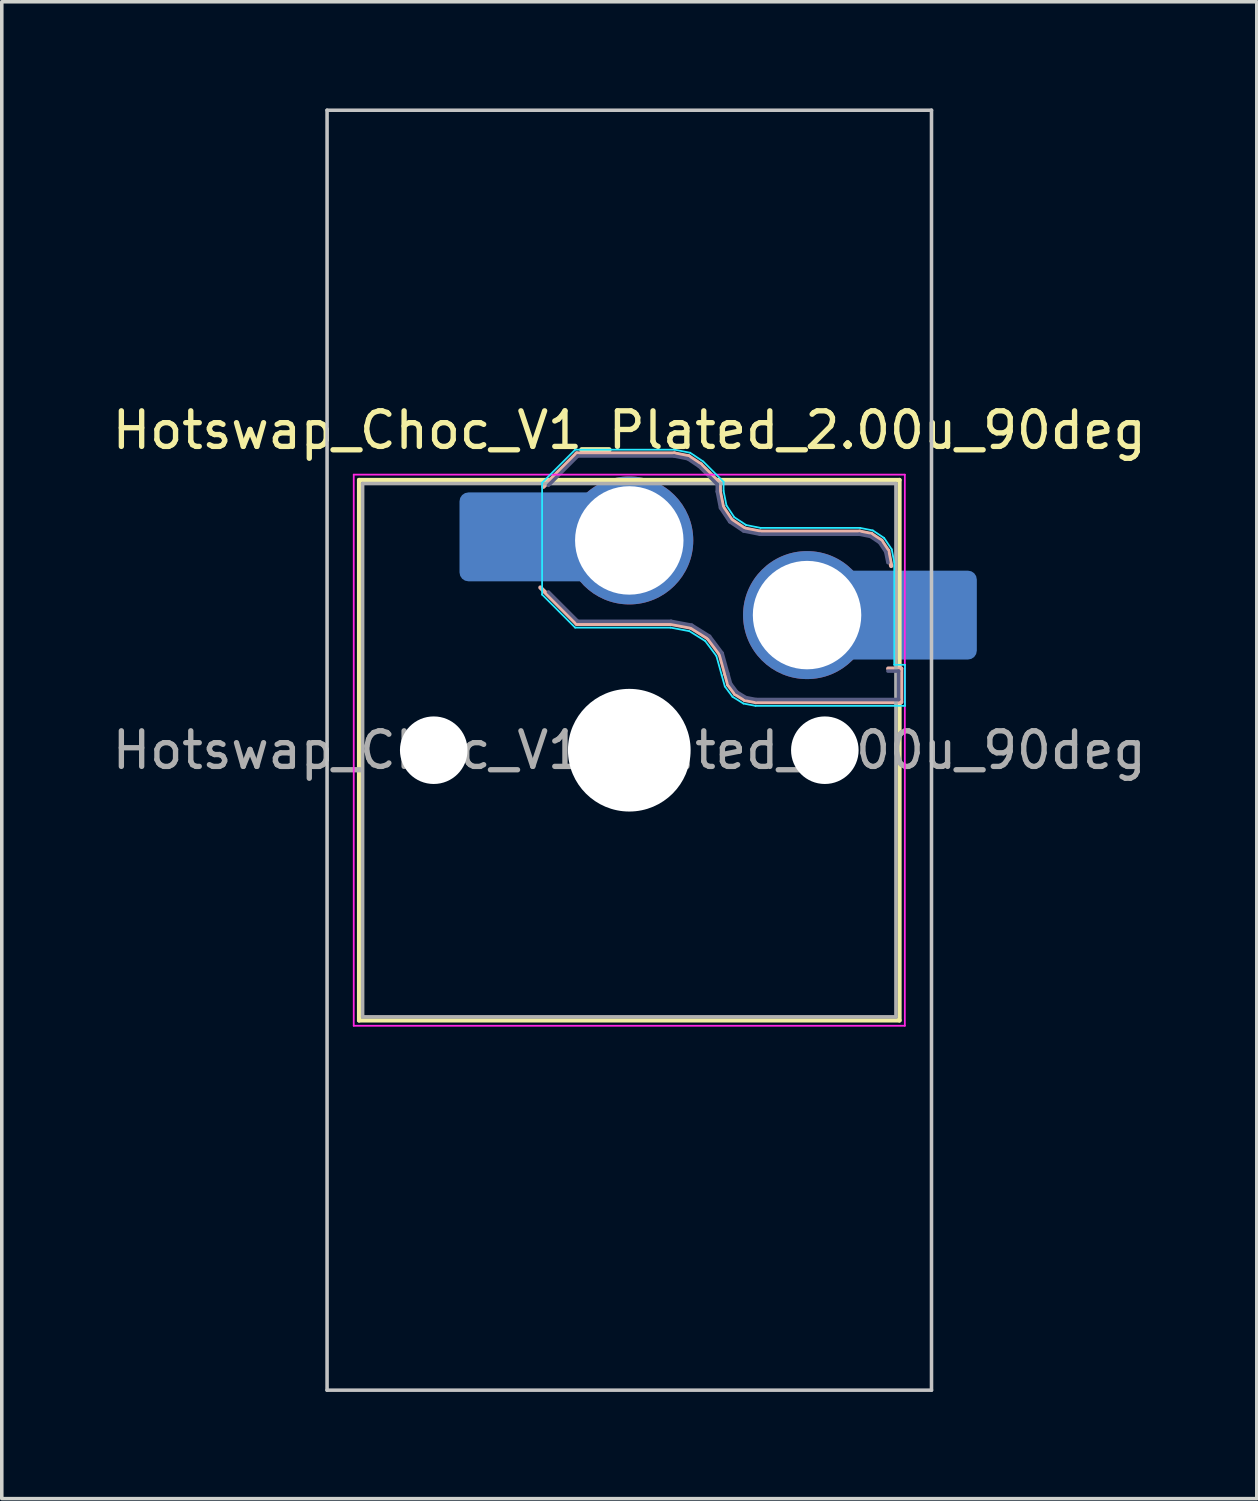
<source format=kicad_pcb>
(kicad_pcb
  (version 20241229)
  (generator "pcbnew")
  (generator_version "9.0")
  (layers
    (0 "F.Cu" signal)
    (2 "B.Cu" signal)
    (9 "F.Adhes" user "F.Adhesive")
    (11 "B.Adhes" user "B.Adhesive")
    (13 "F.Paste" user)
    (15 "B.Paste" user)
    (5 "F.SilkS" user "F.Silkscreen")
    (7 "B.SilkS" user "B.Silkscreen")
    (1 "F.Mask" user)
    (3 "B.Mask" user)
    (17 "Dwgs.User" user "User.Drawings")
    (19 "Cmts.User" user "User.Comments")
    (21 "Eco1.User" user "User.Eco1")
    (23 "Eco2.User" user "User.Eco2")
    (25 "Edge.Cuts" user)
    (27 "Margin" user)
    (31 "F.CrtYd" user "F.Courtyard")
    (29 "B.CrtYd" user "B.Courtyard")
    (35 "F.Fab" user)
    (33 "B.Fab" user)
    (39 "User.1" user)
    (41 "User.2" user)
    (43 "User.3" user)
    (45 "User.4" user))
  (footprint "Hotswap_Choc_V1_Plated_2.00u_90deg"
    (layer "F.Cu")
    (at 14.649 18.05)
    (property "Reference" "Hotswap_Choc_V1_Plated_2.00u_90deg" (at 0 -9 0) (layer "F.SilkS") (effects (font (size 1 1) (thickness 0.15))))
    (attr smd)
    (fp_line (start -7.6 -7.6) (end -7.6 7.6) (stroke (width 0.12) (type solid)) (layer "F.SilkS"))
    (fp_line (start -7.6 7.6) (end 7.6 7.6) (stroke (width 0.12) (type solid)) (layer "F.SilkS"))
    (fp_line (start 7.6 -7.6) (end -7.6 -7.6) (stroke (width 0.12) (type solid)) (layer "F.SilkS"))
    (fp_line (start 7.6 7.6) (end 7.6 -7.6) (stroke (width 0.12) (type solid)) (layer "F.SilkS"))
    (fp_line (start -2.416 -7.409) (end -1.479 -8.346) (stroke (width 0.12) (type solid)) (layer "B.SilkS"))
    (fp_line (start -1.479 -8.346) (end 1.268 -8.346) (stroke (width 0.12) (type solid)) (layer "B.SilkS"))
    (fp_line (start -1.479 -3.554) (end -2.5 -4.575) (stroke (width 0.12) (type solid)) (layer "B.SilkS"))
    (fp_line (start 1.168 -3.554) (end -1.479 -3.554) (stroke (width 0.12) (type solid)) (layer "B.SilkS"))
    (fp_line (start 1.268 -8.346) (end 1.671 -8.266) (stroke (width 0.12) (type solid)) (layer "B.SilkS"))
    (fp_line (start 1.671 -8.266) (end 2.013 -8.037) (stroke (width 0.12) (type solid)) (layer "B.SilkS"))
    (fp_line (start 1.73 -3.449) (end 1.168 -3.554) (stroke (width 0.12) (type solid)) (layer "B.SilkS"))
    (fp_line (start 2.013 -8.037) (end 2.546 -7.504) (stroke (width 0.12) (type solid)) (layer "B.SilkS"))
    (fp_line (start 2.209 -3.15) (end 1.73 -3.449) (stroke (width 0.12) (type solid)) (layer "B.SilkS"))
    (fp_line (start 2.546 -7.504) (end 2.546 -7.282) (stroke (width 0.12) (type solid)) (layer "B.SilkS"))
    (fp_line (start 2.546 -7.282) (end 2.633 -6.844) (stroke (width 0.12) (type solid)) (layer "B.SilkS"))
    (fp_line (start 2.547 -2.697) (end 2.209 -3.15) (stroke (width 0.12) (type solid)) (layer "B.SilkS"))
    (fp_line (start 2.633 -6.844) (end 2.877 -6.477) (stroke (width 0.12) (type solid)) (layer "B.SilkS"))
    (fp_line (start 2.701 -2.139) (end 2.547 -2.697) (stroke (width 0.12) (type solid)) (layer "B.SilkS"))
    (fp_line (start 2.783 -1.841) (end 2.701 -2.139) (stroke (width 0.12) (type solid)) (layer "B.SilkS"))
    (fp_line (start 2.877 -6.477) (end 3.244 -6.233) (stroke (width 0.12) (type solid)) (layer "B.SilkS"))
    (fp_line (start 2.976 -1.583) (end 2.783 -1.841) (stroke (width 0.12) (type solid)) (layer "B.SilkS"))
    (fp_line (start 3.244 -6.233) (end 3.682 -6.146) (stroke (width 0.12) (type solid)) (layer "B.SilkS"))
    (fp_line (start 3.25 -1.413) (end 2.976 -1.583) (stroke (width 0.12) (type solid)) (layer "B.SilkS"))
    (fp_line (start 3.56 -1.354) (end 3.25 -1.413) (stroke (width 0.12) (type solid)) (layer "B.SilkS"))
    (fp_line (start 3.682 -6.146) (end 6.482 -6.146) (stroke (width 0.12) (type solid)) (layer "B.SilkS"))
    (fp_line (start 6.482 -6.146) (end 6.809 -6.081) (stroke (width 0.12) (type solid)) (layer "B.SilkS"))
    (fp_line (start 6.809 -6.081) (end 7.092 -5.892) (stroke (width 0.12) (type solid)) (layer "B.SilkS"))
    (fp_line (start 7.092 -5.892) (end 7.281 -5.609) (stroke (width 0.12) (type solid)) (layer "B.SilkS"))
    (fp_line (start 7.281 -5.609) (end 7.366 -5.182) (stroke (width 0.12) (type solid)) (layer "B.SilkS"))
    (fp_line (start 7.283 -2.296) (end 7.646 -2.296) (stroke (width 0.12) (type solid)) (layer "B.SilkS"))
    (fp_line (start 7.646 -2.296) (end 7.646 -1.354) (stroke (width 0.12) (type solid)) (layer "B.SilkS"))
    (fp_line (start 7.646 -1.354) (end 3.56 -1.354) (stroke (width 0.12) (type solid)) (layer "B.SilkS"))
    (fp_line (start -8.5 -18) (end 8.5 -18) (stroke (width 0.1) (type solid)) (layer "Dwgs.User"))
    (fp_line (start -8.5 18) (end -8.5 -18) (stroke (width 0.1) (type solid)) (layer "Dwgs.User"))
    (fp_line (start 8.5 -18) (end 8.5 18) (stroke (width 0.1) (type solid)) (layer "Dwgs.User"))
    (fp_line (start 8.5 18) (end -8.5 18) (stroke (width 0.1) (type solid)) (layer "Dwgs.User"))
    (fp_line (start -7.25 -7.25) (end -7.25 7.25) (stroke (width 0.1) (type solid)) (layer "Eco1.User"))
    (fp_line (start -7.25 7.25) (end 7.25 7.25) (stroke (width 0.1) (type solid)) (layer "Eco1.User"))
    (fp_line (start 7.25 -7.25) (end -7.25 -7.25) (stroke (width 0.1) (type solid)) (layer "Eco1.User"))
    (fp_line (start 7.25 7.25) (end 7.25 -7.25) (stroke (width 0.1) (type solid)) (layer "Eco1.User"))
    (fp_line (start -2.452 -7.523) (end -1.523 -8.452) (stroke (width 0.05) (type solid)) (layer "B.CrtYd"))
    (fp_line (start -2.452 -4.377) (end -2.452 -7.523) (stroke (width 0.05) (type solid)) (layer "B.CrtYd"))
    (fp_line (start -1.523 -8.452) (end 1.278 -8.452) (stroke (width 0.05) (type solid)) (layer "B.CrtYd"))
    (fp_line (start -1.523 -3.448) (end -2.452 -4.377) (stroke (width 0.05) (type solid)) (layer "B.CrtYd"))
    (fp_line (start 1.159 -3.448) (end -1.523 -3.448) (stroke (width 0.05) (type solid)) (layer "B.CrtYd"))
    (fp_line (start 1.278 -8.452) (end 1.712 -8.366) (stroke (width 0.05) (type solid)) (layer "B.CrtYd"))
    (fp_line (start 1.691 -3.348) (end 1.159 -3.448) (stroke (width 0.05) (type solid)) (layer "B.CrtYd"))
    (fp_line (start 1.712 -8.366) (end 2.081 -8.119) (stroke (width 0.05) (type solid)) (layer "B.CrtYd"))
    (fp_line (start 2.081 -8.119) (end 2.652 -7.548) (stroke (width 0.05) (type solid)) (layer "B.CrtYd"))
    (fp_line (start 2.136 -3.071) (end 1.691 -3.348) (stroke (width 0.05) (type solid)) (layer "B.CrtYd"))
    (fp_line (start 2.45 -2.65) (end 2.136 -3.071) (stroke (width 0.05) (type solid)) (layer "B.CrtYd"))
    (fp_line (start 2.599 -2.111) (end 2.45 -2.65) (stroke (width 0.05) (type solid)) (layer "B.CrtYd"))
    (fp_line (start 2.652 -7.548) (end 2.652 -7.292) (stroke (width 0.05) (type solid)) (layer "B.CrtYd"))
    (fp_line (start 2.652 -7.292) (end 2.733 -6.885) (stroke (width 0.05) (type solid)) (layer "B.CrtYd"))
    (fp_line (start 2.687 -1.794) (end 2.599 -2.111) (stroke (width 0.05) (type solid)) (layer "B.CrtYd"))
    (fp_line (start 2.733 -6.885) (end 2.953 -6.553) (stroke (width 0.05) (type solid)) (layer "B.CrtYd"))
    (fp_line (start 2.903 -1.503) (end 2.687 -1.794) (stroke (width 0.05) (type solid)) (layer "B.CrtYd"))
    (fp_line (start 2.953 -6.553) (end 3.285 -6.333) (stroke (width 0.05) (type solid)) (layer "B.CrtYd"))
    (fp_line (start 3.211 -1.312) (end 2.903 -1.503) (stroke (width 0.05) (type solid)) (layer "B.CrtYd"))
    (fp_line (start 3.285 -6.333) (end 3.692 -6.252) (stroke (width 0.05) (type solid)) (layer "B.CrtYd"))
    (fp_line (start 3.55 -1.248) (end 3.211 -1.312) (stroke (width 0.05) (type solid)) (layer "B.CrtYd"))
    (fp_line (start 3.692 -6.252) (end 6.492 -6.252) (stroke (width 0.05) (type solid)) (layer "B.CrtYd"))
    (fp_line (start 6.492 -6.252) (end 6.85 -6.181) (stroke (width 0.05) (type solid)) (layer "B.CrtYd"))
    (fp_line (start 6.85 -6.181) (end 7.168 -5.968) (stroke (width 0.05) (type solid)) (layer "B.CrtYd"))
    (fp_line (start 7.168 -5.968) (end 7.381 -5.65) (stroke (width 0.05) (type solid)) (layer "B.CrtYd"))
    (fp_line (start 7.381 -5.65) (end 7.452 -5.292) (stroke (width 0.05) (type solid)) (layer "B.CrtYd"))
    (fp_line (start 7.452 -5.292) (end 7.452 -2.402) (stroke (width 0.05) (type solid)) (layer "B.CrtYd"))
    (fp_line (start 7.452 -2.402) (end 7.752 -2.402) (stroke (width 0.05) (type solid)) (layer "B.CrtYd"))
    (fp_line (start 7.752 -2.402) (end 7.752 -1.248) (stroke (width 0.05) (type solid)) (layer "B.CrtYd"))
    (fp_line (start 7.752 -1.248) (end 3.55 -1.248) (stroke (width 0.05) (type solid)) (layer "B.CrtYd"))
    (fp_line (start -7.75 -7.75) (end -7.75 7.75) (stroke (width 0.05) (type solid)) (layer "F.CrtYd"))
    (fp_line (start -7.75 7.75) (end 7.75 7.75) (stroke (width 0.05) (type solid)) (layer "F.CrtYd"))
    (fp_line (start 7.75 -7.75) (end -7.75 -7.75) (stroke (width 0.05) (type solid)) (layer "F.CrtYd"))
    (fp_line (start 7.75 7.75) (end 7.75 -7.75) (stroke (width 0.05) (type solid)) (layer "F.CrtYd"))
    (fp_line (start -2.275 -7.45) (end -1.45 -8.275) (stroke (width 0.1) (type solid)) (layer "B.Fab"))
    (fp_line (start -1.45 -8.275) (end 1.261 -8.275) (stroke (width 0.1) (type solid)) (layer "B.Fab"))
    (fp_line (start -1.45 -3.625) (end -2.275 -4.45) (stroke (width 0.1) (type solid)) (layer "B.Fab"))
    (fp_line (start 1.175 -3.625) (end -1.45 -3.625) (stroke (width 0.1) (type solid)) (layer "B.Fab"))
    (fp_line (start 1.261 -8.275) (end 1.643 -8.199) (stroke (width 0.1) (type solid)) (layer "B.Fab"))
    (fp_line (start 1.643 -8.199) (end 1.968 -7.982) (stroke (width 0.1) (type solid)) (layer "B.Fab"))
    (fp_line (start 1.756 -3.516) (end 1.175 -3.625) (stroke (width 0.1) (type solid)) (layer "B.Fab"))
    (fp_line (start 1.968 -7.982) (end 2.475 -7.475) (stroke (width 0.1) (type solid)) (layer "B.Fab"))
    (fp_line (start 2.258 -3.203) (end 1.756 -3.516) (stroke (width 0.1) (type solid)) (layer "B.Fab"))
    (fp_line (start 2.475 -7.475) (end 2.475 -7.275) (stroke (width 0.1) (type solid)) (layer "B.Fab"))
    (fp_line (start 2.475 -7.275) (end 2.566 -6.816) (stroke (width 0.1) (type solid)) (layer "B.Fab"))
    (fp_line (start 2.566 -6.816) (end 2.826 -6.426) (stroke (width 0.1) (type solid)) (layer "B.Fab"))
    (fp_line (start 2.612 -2.729) (end 2.258 -3.203) (stroke (width 0.1) (type solid)) (layer "B.Fab"))
    (fp_line (start 2.769 -2.158) (end 2.612 -2.729) (stroke (width 0.1) (type solid)) (layer "B.Fab"))
    (fp_line (start 2.826 -6.426) (end 3.216 -6.166) (stroke (width 0.1) (type solid)) (layer "B.Fab"))
    (fp_line (start 2.848 -1.873) (end 2.769 -2.158) (stroke (width 0.1) (type solid)) (layer "B.Fab"))
    (fp_line (start 3.025 -1.636) (end 2.848 -1.873) (stroke (width 0.1) (type solid)) (layer "B.Fab"))
    (fp_line (start 3.216 -6.166) (end 3.675 -6.075) (stroke (width 0.1) (type solid)) (layer "B.Fab"))
    (fp_line (start 3.276 -1.48) (end 3.025 -1.636) (stroke (width 0.1) (type solid)) (layer "B.Fab"))
    (fp_line (start 3.567 -1.425) (end 3.276 -1.48) (stroke (width 0.1) (type solid)) (layer "B.Fab"))
    (fp_line (start 3.675 -6.075) (end 6.475 -6.075) (stroke (width 0.1) (type solid)) (layer "B.Fab"))
    (fp_line (start 6.475 -6.075) (end 6.781 -6.014) (stroke (width 0.1) (type solid)) (layer "B.Fab"))
    (fp_line (start 6.781 -6.014) (end 7.041 -5.841) (stroke (width 0.1) (type solid)) (layer "B.Fab"))
    (fp_line (start 7.041 -5.841) (end 7.214 -5.581) (stroke (width 0.1) (type solid)) (layer "B.Fab"))
    (fp_line (start 7.214 -5.581) (end 7.275 -5.275) (stroke (width 0.1) (type solid)) (layer "B.Fab"))
    (fp_line (start 7.275 -2.225) (end 7.575 -2.225) (stroke (width 0.1) (type solid)) (layer "B.Fab"))
    (fp_line (start 7.575 -2.225) (end 7.575 -1.425) (stroke (width 0.1) (type solid)) (layer "B.Fab"))
    (fp_line (start 7.575 -1.425) (end 3.567 -1.425) (stroke (width 0.1) (type solid)) (layer "B.Fab"))
    (fp_line (start -7.5 -7.5) (end -7.5 7.5) (stroke (width 0.1) (type solid)) (layer "F.Fab"))
    (fp_line (start -7.5 7.5) (end 7.5 7.5) (stroke (width 0.1) (type solid)) (layer "F.Fab"))
    (fp_line (start 7.5 -7.5) (end -7.5 -7.5) (stroke (width 0.1) (type solid)) (layer "F.Fab"))
    (fp_line (start 7.5 7.5) (end 7.5 -7.5) (stroke (width 0.1) (type solid)) (layer "F.Fab"))
    (fp_text user "${REFERENCE}" (at 0 0 0) (layer "F.Fab") (effects (font (size 1 1) (thickness 0.15))))
    (pad "" np_thru_hole circle (at -5.5 0) (size 1.9 1.9) (drill 1.9) (layers "*.Cu" "*.Mask"))
    (pad "" smd roundrect (at -3.5 -6) (size 2.55 2.5) (layers "B.Mask" "B.Paste") (roundrect_rratio 0.1))
    (pad "" np_thru_hole circle (at 0 0) (size 3.45 3.45) (drill 3.45) (layers "*.Cu" "*.Mask"))
    (pad "" np_thru_hole circle (at 5.5 0) (size 1.9 1.9) (drill 1.9) (layers "*.Cu" "*.Mask"))
    (pad "" smd roundrect (at 8.5 -3.8) (size 2.55 2.5) (layers "B.Mask" "B.Paste") (roundrect_rratio 0.1))
    (pad "1" smd roundrect (at -2.85 -6) (size 3.85 2.5) (layers "B.Cu") (roundrect_rratio 0.1))
    (pad "1" thru_hole circle (at 0 -5.9) (size 3.6 3.6) (drill 3.05) (layers "*.Cu" "*.Mask"))
    (pad "2" thru_hole circle (at 5 -3.8) (size 3.6 3.6) (drill 3.05) (layers "*.Cu" "*.Mask"))
    (pad "2" smd roundrect (at 7.85 -3.8) (size 3.85 2.5) (layers "B.Cu") (roundrect_rratio 0.1)))
  (gr_rect
    (start -3 -3)
    (end 32.298 39.1)
    (stroke (width 0.1) (type default))
    (fill no)
    (layer "Edge.Cuts")))
</source>
